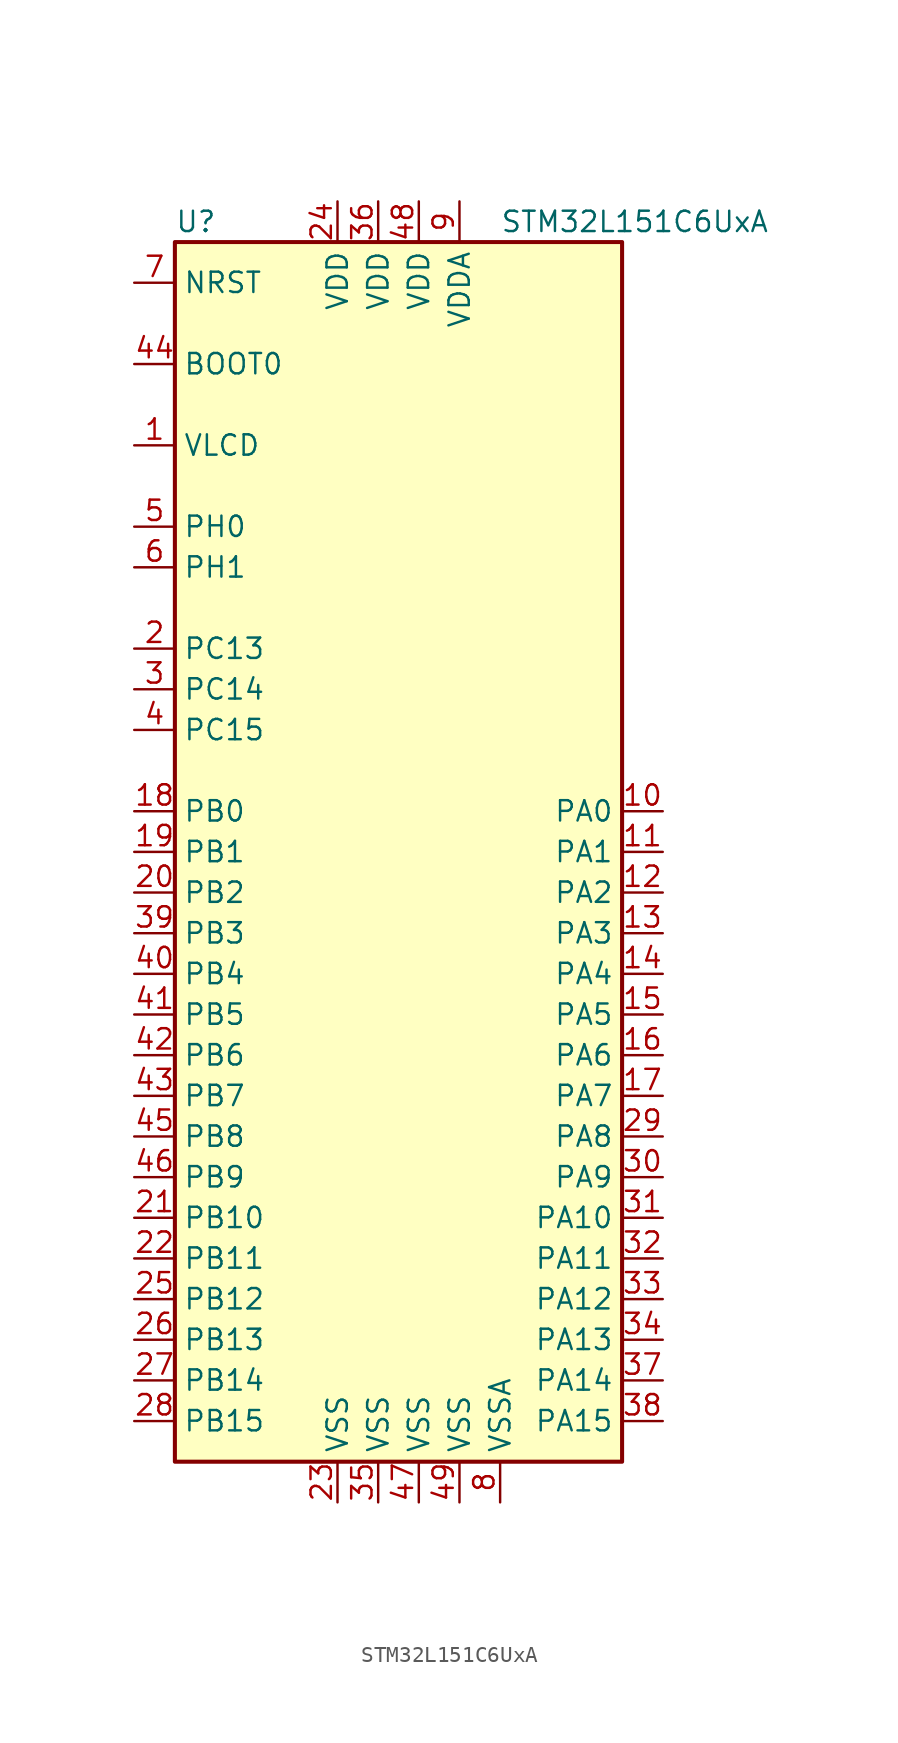
<source format=kicad_sym>
(kicad_symbol_lib
  (version 20211014)
  (generator kicad_symbol_editor)
  (symbol "STM32L151C6UxA"
    (property "Reference" "U"
      (at -15.24 39.37 0)
      (effects (font (size 1.27 1.27)) (justify left)))
    (property "Value" "STM32L151C6UxA"
      (at 5.08 39.37 0)
      (effects (font (size 1.27 1.27)) (justify left)))
    (symbol "STM32L151C6UxA_0_1"
      (rectangle (start -15.24 -38.1) (end 12.7 38.1) (stroke (width 0.254) (type default) (color 0 0 0 0)) (fill (type background))))
    (symbol "STM32L151C6UxA_1_1"
      (pin power_in line (at -17.78 25.4 0) (length 2.54) (name "VLCD" (effects (font (size 1.27 1.27)))) (number "1" (effects (font (size 1.27 1.27)))))
      (pin bidirectional line (at 15.24 2.54 180) (length 2.54) (name "PA0" (effects (font (size 1.27 1.27)))) (number "10" (effects (font (size 1.27 1.27)))))
      (pin bidirectional line (at 15.24 0 180) (length 2.54) (name "PA1" (effects (font (size 1.27 1.27)))) (number "11" (effects (font (size 1.27 1.27)))))
      (pin bidirectional line (at 15.24 -2.54 180) (length 2.54) (name "PA2" (effects (font (size 1.27 1.27)))) (number "12" (effects (font (size 1.27 1.27)))))
      (pin bidirectional line (at 15.24 -5.08 180) (length 2.54) (name "PA3" (effects (font (size 1.27 1.27)))) (number "13" (effects (font (size 1.27 1.27)))))
      (pin bidirectional line (at 15.24 -7.62 180) (length 2.54) (name "PA4" (effects (font (size 1.27 1.27)))) (number "14" (effects (font (size 1.27 1.27)))))
      (pin bidirectional line (at 15.24 -10.16 180) (length 2.54) (name "PA5" (effects (font (size 1.27 1.27)))) (number "15" (effects (font (size 1.27 1.27)))))
      (pin bidirectional line (at 15.24 -12.7 180) (length 2.54) (name "PA6" (effects (font (size 1.27 1.27)))) (number "16" (effects (font (size 1.27 1.27)))))
      (pin bidirectional line (at 15.24 -15.24 180) (length 2.54) (name "PA7" (effects (font (size 1.27 1.27)))) (number "17" (effects (font (size 1.27 1.27)))))
      (pin bidirectional line (at -17.78 2.54 0) (length 2.54) (name "PB0" (effects (font (size 1.27 1.27)))) (number "18" (effects (font (size 1.27 1.27)))))
      (pin bidirectional line (at -17.78 0 0) (length 2.54) (name "PB1" (effects (font (size 1.27 1.27)))) (number "19" (effects (font (size 1.27 1.27)))))
      (pin bidirectional line (at -17.78 12.7 0) (length 2.54) (name "PC13" (effects (font (size 1.27 1.27)))) (number "2" (effects (font (size 1.27 1.27)))))
      (pin bidirectional line (at -17.78 -2.54 0) (length 2.54) (name "PB2" (effects (font (size 1.27 1.27)))) (number "20" (effects (font (size 1.27 1.27)))))
      (pin bidirectional line (at -17.78 -22.86 0) (length 2.54) (name "PB10" (effects (font (size 1.27 1.27)))) (number "21" (effects (font (size 1.27 1.27)))))
      (pin bidirectional line (at -17.78 -25.4 0) (length 2.54) (name "PB11" (effects (font (size 1.27 1.27)))) (number "22" (effects (font (size 1.27 1.27)))))
      (pin power_in line (at -5.08 -40.64 90) (length 2.54) (name "VSS" (effects (font (size 1.27 1.27)))) (number "23" (effects (font (size 1.27 1.27)))))
      (pin power_in line (at -5.08 40.64 270) (length 2.54) (name "VDD" (effects (font (size 1.27 1.27)))) (number "24" (effects (font (size 1.27 1.27)))))
      (pin bidirectional line (at -17.78 -27.94 0) (length 2.54) (name "PB12" (effects (font (size 1.27 1.27)))) (number "25" (effects (font (size 1.27 1.27)))))
      (pin bidirectional line (at -17.78 -30.48 0) (length 2.54) (name "PB13" (effects (font (size 1.27 1.27)))) (number "26" (effects (font (size 1.27 1.27)))))
      (pin bidirectional line (at -17.78 -33.02 0) (length 2.54) (name "PB14" (effects (font (size 1.27 1.27)))) (number "27" (effects (font (size 1.27 1.27)))))
      (pin bidirectional line (at -17.78 -35.56 0) (length 2.54) (name "PB15" (effects (font (size 1.27 1.27)))) (number "28" (effects (font (size 1.27 1.27)))))
      (pin bidirectional line (at 15.24 -17.78 180) (length 2.54) (name "PA8" (effects (font (size 1.27 1.27)))) (number "29" (effects (font (size 1.27 1.27)))))
      (pin bidirectional line (at -17.78 10.16 0) (length 2.54) (name "PC14" (effects (font (size 1.27 1.27)))) (number "3" (effects (font (size 1.27 1.27)))))
      (pin bidirectional line (at 15.24 -20.32 180) (length 2.54) (name "PA9" (effects (font (size 1.27 1.27)))) (number "30" (effects (font (size 1.27 1.27)))))
      (pin bidirectional line (at 15.24 -22.86 180) (length 2.54) (name "PA10" (effects (font (size 1.27 1.27)))) (number "31" (effects (font (size 1.27 1.27)))))
      (pin bidirectional line (at 15.24 -25.4 180) (length 2.54) (name "PA11" (effects (font (size 1.27 1.27)))) (number "32" (effects (font (size 1.27 1.27)))))
      (pin bidirectional line (at 15.24 -27.94 180) (length 2.54) (name "PA12" (effects (font (size 1.27 1.27)))) (number "33" (effects (font (size 1.27 1.27)))))
      (pin bidirectional line (at 15.24 -30.48 180) (length 2.54) (name "PA13" (effects (font (size 1.27 1.27)))) (number "34" (effects (font (size 1.27 1.27)))))
      (pin power_in line (at -2.54 -40.64 90) (length 2.54) (name "VSS" (effects (font (size 1.27 1.27)))) (number "35" (effects (font (size 1.27 1.27)))))
      (pin power_in line (at -2.54 40.64 270) (length 2.54) (name "VDD" (effects (font (size 1.27 1.27)))) (number "36" (effects (font (size 1.27 1.27)))))
      (pin bidirectional line (at 15.24 -33.02 180) (length 2.54) (name "PA14" (effects (font (size 1.27 1.27)))) (number "37" (effects (font (size 1.27 1.27)))))
      (pin bidirectional line (at 15.24 -35.56 180) (length 2.54) (name "PA15" (effects (font (size 1.27 1.27)))) (number "38" (effects (font (size 1.27 1.27)))))
      (pin bidirectional line (at -17.78 -5.08 0) (length 2.54) (name "PB3" (effects (font (size 1.27 1.27)))) (number "39" (effects (font (size 1.27 1.27)))))
      (pin bidirectional line (at -17.78 7.62 0) (length 2.54) (name "PC15" (effects (font (size 1.27 1.27)))) (number "4" (effects (font (size 1.27 1.27)))))
      (pin bidirectional line (at -17.78 -7.62 0) (length 2.54) (name "PB4" (effects (font (size 1.27 1.27)))) (number "40" (effects (font (size 1.27 1.27)))))
      (pin bidirectional line (at -17.78 -10.16 0) (length 2.54) (name "PB5" (effects (font (size 1.27 1.27)))) (number "41" (effects (font (size 1.27 1.27)))))
      (pin bidirectional line (at -17.78 -12.7 0) (length 2.54) (name "PB6" (effects (font (size 1.27 1.27)))) (number "42" (effects (font (size 1.27 1.27)))))
      (pin bidirectional line (at -17.78 -15.24 0) (length 2.54) (name "PB7" (effects (font (size 1.27 1.27)))) (number "43" (effects (font (size 1.27 1.27)))))
      (pin input line (at -17.78 30.48 0) (length 2.54) (name "BOOT0" (effects (font (size 1.27 1.27)))) (number "44" (effects (font (size 1.27 1.27)))))
      (pin bidirectional line (at -17.78 -17.78 0) (length 2.54) (name "PB8" (effects (font (size 1.27 1.27)))) (number "45" (effects (font (size 1.27 1.27)))))
      (pin bidirectional line (at -17.78 -20.32 0) (length 2.54) (name "PB9" (effects (font (size 1.27 1.27)))) (number "46" (effects (font (size 1.27 1.27)))))
      (pin power_in line (at 0 -40.64 90) (length 2.54) (name "VSS" (effects (font (size 1.27 1.27)))) (number "47" (effects (font (size 1.27 1.27)))))
      (pin power_in line (at 0 40.64 270) (length 2.54) (name "VDD" (effects (font (size 1.27 1.27)))) (number "48" (effects (font (size 1.27 1.27)))))
      (pin power_in line (at 2.54 -40.64 90) (length 2.54) (name "VSS" (effects (font (size 1.27 1.27)))) (number "49" (effects (font (size 1.27 1.27)))))
      (pin input line (at -17.78 20.32 0) (length 2.54) (name "PH0" (effects (font (size 1.27 1.27)))) (number "5" (effects (font (size 1.27 1.27)))))
      (pin input line (at -17.78 17.78 0) (length 2.54) (name "PH1" (effects (font (size 1.27 1.27)))) (number "6" (effects (font (size 1.27 1.27)))))
      (pin input line (at -17.78 35.56 0) (length 2.54) (name "NRST" (effects (font (size 1.27 1.27)))) (number "7" (effects (font (size 1.27 1.27)))))
      (pin power_in line (at 5.08 -40.64 90) (length 2.54) (name "VSSA" (effects (font (size 1.27 1.27)))) (number "8" (effects (font (size 1.27 1.27)))))
      (pin power_in line (at 2.54 40.64 270) (length 2.54) (name "VDDA" (effects (font (size 1.27 1.27)))) (number "9" (effects (font (size 1.27 1.27))))))))
</source>
